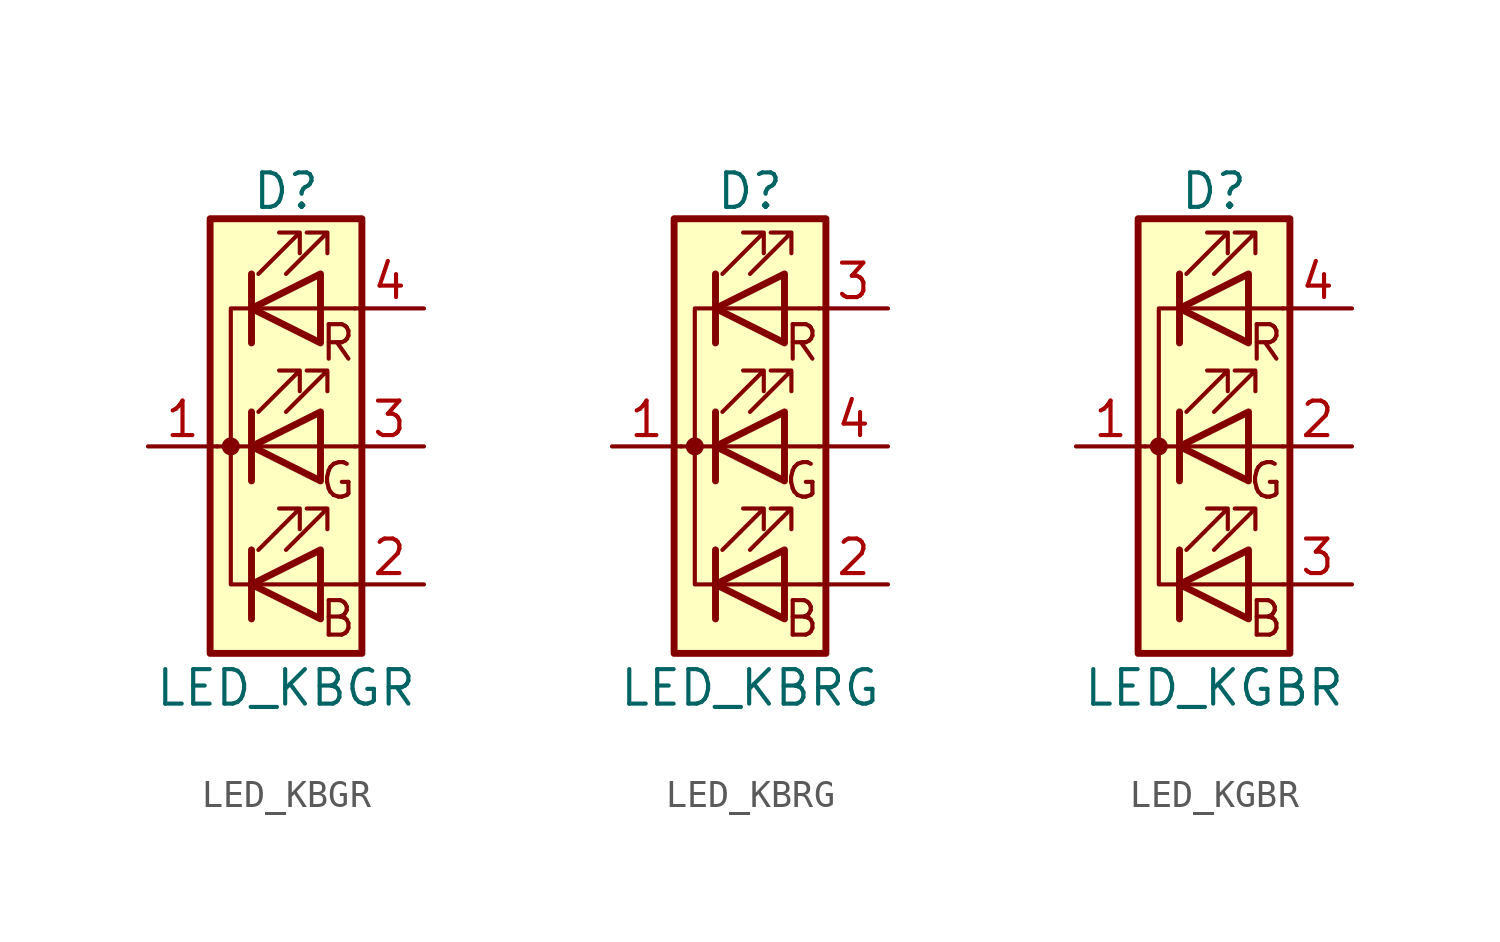
<source format=kicad_sym>
(kicad_symbol_lib
  (version 20201005)
  (generator kicad_symbol_editor)
  (symbol "LED_KBGR"
    (pin_names
      (offset 0) hide)
    (property "Reference" "D"
      (at 0 9.398 0)
      (effects (font (size 1.27 1.27))))
    (property "Value" "LED_KBGR"
      (at 0 -8.89 0)
      (effects (font (size 1.27 1.27))))
    (symbol "LED_KBGR_0_0"
      (text "B" (at 1.905 -6.35 0) (effects (font (size 1.27 1.27))))
      (text "G" (at 1.905 -1.27 0) (effects (font (size 1.27 1.27))))
      (text "R" (at 1.905 3.81 0) (effects (font (size 1.27 1.27)))))
    (symbol "LED_KBGR_0_1"
      (circle (center -2.032 0) (radius 0.254) (stroke (width 0)) (fill (type outline)))
      (rectangle (start 1.27 -1.27) (end 1.27 1.27) (stroke (width 0)) (fill (type none)))
      (rectangle (start 1.27 1.27) (end 1.27 1.27) (stroke (width 0)) (fill (type none)))
      (rectangle (start 1.27 3.81) (end 1.27 6.35) (stroke (width 0)) (fill (type none)))
      (rectangle (start 1.27 6.35) (end 1.27 6.35) (stroke (width 0)) (fill (type none)))
      (rectangle (start 2.794 8.382) (end -2.794 -7.62) (stroke (width 0.254)) (fill (type background)))
      (polyline (pts (xy -1.27 -5.08) (xy 1.27 -5.08)) (stroke (width 0)) (fill (type none)))
      (polyline (pts (xy -1.27 -3.81) (xy -1.27 -6.35)) (stroke (width 0.254)) (fill (type none)))
      (polyline (pts (xy -1.27 0) (xy -2.54 0)) (stroke (width 0)) (fill (type none)))
      (polyline (pts (xy -1.27 1.27) (xy -1.27 -1.27)) (stroke (width 0.254)) (fill (type none)))
      (polyline (pts (xy -1.27 5.08) (xy 1.27 5.08)) (stroke (width 0)) (fill (type none)))
      (polyline (pts (xy -1.27 6.35) (xy -1.27 3.81)) (stroke (width 0.254)) (fill (type none)))
      (polyline (pts (xy 1.27 -5.08) (xy 2.54 -5.08)) (stroke (width 0)) (fill (type none)))
      (polyline (pts (xy 1.27 0) (xy -1.27 0)) (stroke (width 0)) (fill (type none)))
      (polyline (pts (xy 1.27 0) (xy 2.54 0)) (stroke (width 0)) (fill (type none)))
      (polyline (pts (xy 1.27 5.08) (xy 2.54 5.08)) (stroke (width 0)) (fill (type none)))
      (polyline (pts (xy -1.27 1.27) (xy -1.27 -1.27) (xy -1.27 -1.27)) (stroke (width 0)) (fill (type none)))
      (polyline (pts (xy -1.27 6.35) (xy -1.27 3.81) (xy -1.27 3.81)) (stroke (width 0)) (fill (type none)))
      (polyline (pts (xy -1.27 5.08) (xy -2.032 5.08) (xy -2.032 -5.08) (xy -1.016 -5.08)) (stroke (width 0)) (fill (type none)))
      (polyline (pts (xy 1.27 -3.81) (xy 1.27 -6.35) (xy -1.27 -5.08) (xy 1.27 -3.81)) (stroke (width 0.254)) (fill (type none)))
      (polyline (pts (xy 1.27 1.27) (xy 1.27 -1.27) (xy -1.27 0) (xy 1.27 1.27)) (stroke (width 0.254)) (fill (type none)))
      (polyline (pts (xy 1.27 6.35) (xy 1.27 3.81) (xy -1.27 5.08) (xy 1.27 6.35)) (stroke (width 0.254)) (fill (type none)))
      (polyline (pts (xy -1.016 -3.81) (xy 0.508 -2.286) (xy -0.254 -2.286) (xy 0.508 -2.286) (xy 0.508 -3.048)) (stroke (width 0)) (fill (type none)))
      (polyline (pts (xy -1.016 1.27) (xy 0.508 2.794) (xy -0.254 2.794) (xy 0.508 2.794) (xy 0.508 2.032)) (stroke (width 0)) (fill (type none)))
      (polyline (pts (xy -1.016 6.35) (xy 0.508 7.874) (xy -0.254 7.874) (xy 0.508 7.874) (xy 0.508 7.112)) (stroke (width 0)) (fill (type none)))
      (polyline (pts (xy 0 -3.81) (xy 1.524 -2.286) (xy 0.762 -2.286) (xy 1.524 -2.286) (xy 1.524 -3.048)) (stroke (width 0)) (fill (type none)))
      (polyline (pts (xy 0 1.27) (xy 1.524 2.794) (xy 0.762 2.794) (xy 1.524 2.794) (xy 1.524 2.032)) (stroke (width 0)) (fill (type none)))
      (polyline (pts (xy 0 6.35) (xy 1.524 7.874) (xy 0.762 7.874) (xy 1.524 7.874) (xy 1.524 7.112)) (stroke (width 0)) (fill (type none))))
    (symbol "LED_KBGR_1_1"
      (pin passive line (at -5.08 0 0) (length 2.54) (name "K" (effects (font (size 1.27 1.27)))) (number "1" (effects (font (size 1.27 1.27)))))
      (pin passive line (at 5.08 -5.08 180) (length 2.54) (name "BA" (effects (font (size 1.27 1.27)))) (number "2" (effects (font (size 1.27 1.27)))))
      (pin passive line (at 5.08 0 180) (length 2.54) (name "GA" (effects (font (size 1.27 1.27)))) (number "3" (effects (font (size 1.27 1.27)))))
      (pin passive line (at 5.08 5.08 180) (length 2.54) (name "RA" (effects (font (size 1.27 1.27)))) (number "4" (effects (font (size 1.27 1.27)))))))
  (symbol "LED_KBRG"
    (pin_names
      (offset 0) hide)
    (property "Reference" "D"
      (at 0 9.398 0)
      (effects (font (size 1.27 1.27))))
    (property "Value" "LED_KBRG"
      (at 0 -8.89 0)
      (effects (font (size 1.27 1.27))))
    (symbol "LED_KBRG_0_0"
      (text "B" (at 1.905 -6.35 0) (effects (font (size 1.27 1.27))))
      (text "G" (at 1.905 -1.27 0) (effects (font (size 1.27 1.27))))
      (text "R" (at 1.905 3.81 0) (effects (font (size 1.27 1.27)))))
    (symbol "LED_KBRG_0_1"
      (circle (center -2.032 0) (radius 0.254) (stroke (width 0)) (fill (type outline)))
      (rectangle (start 1.27 -1.27) (end 1.27 1.27) (stroke (width 0)) (fill (type none)))
      (rectangle (start 1.27 1.27) (end 1.27 1.27) (stroke (width 0)) (fill (type none)))
      (rectangle (start 1.27 3.81) (end 1.27 6.35) (stroke (width 0)) (fill (type none)))
      (rectangle (start 1.27 6.35) (end 1.27 6.35) (stroke (width 0)) (fill (type none)))
      (rectangle (start 2.794 8.382) (end -2.794 -7.62) (stroke (width 0.254)) (fill (type background)))
      (polyline (pts (xy -1.27 -5.08) (xy 1.27 -5.08)) (stroke (width 0)) (fill (type none)))
      (polyline (pts (xy -1.27 -3.81) (xy -1.27 -6.35)) (stroke (width 0.254)) (fill (type none)))
      (polyline (pts (xy -1.27 0) (xy -2.54 0)) (stroke (width 0)) (fill (type none)))
      (polyline (pts (xy -1.27 1.27) (xy -1.27 -1.27)) (stroke (width 0.254)) (fill (type none)))
      (polyline (pts (xy -1.27 5.08) (xy 1.27 5.08)) (stroke (width 0)) (fill (type none)))
      (polyline (pts (xy -1.27 6.35) (xy -1.27 3.81)) (stroke (width 0.254)) (fill (type none)))
      (polyline (pts (xy 1.27 -5.08) (xy 2.54 -5.08)) (stroke (width 0)) (fill (type none)))
      (polyline (pts (xy 1.27 0) (xy -1.27 0)) (stroke (width 0)) (fill (type none)))
      (polyline (pts (xy 1.27 0) (xy 2.54 0)) (stroke (width 0)) (fill (type none)))
      (polyline (pts (xy 1.27 5.08) (xy 2.54 5.08)) (stroke (width 0)) (fill (type none)))
      (polyline (pts (xy -1.27 1.27) (xy -1.27 -1.27) (xy -1.27 -1.27)) (stroke (width 0)) (fill (type none)))
      (polyline (pts (xy -1.27 6.35) (xy -1.27 3.81) (xy -1.27 3.81)) (stroke (width 0)) (fill (type none)))
      (polyline (pts (xy -1.27 5.08) (xy -2.032 5.08) (xy -2.032 -5.08) (xy -1.016 -5.08)) (stroke (width 0)) (fill (type none)))
      (polyline (pts (xy 1.27 -3.81) (xy 1.27 -6.35) (xy -1.27 -5.08) (xy 1.27 -3.81)) (stroke (width 0.254)) (fill (type none)))
      (polyline (pts (xy 1.27 1.27) (xy 1.27 -1.27) (xy -1.27 0) (xy 1.27 1.27)) (stroke (width 0.254)) (fill (type none)))
      (polyline (pts (xy 1.27 6.35) (xy 1.27 3.81) (xy -1.27 5.08) (xy 1.27 6.35)) (stroke (width 0.254)) (fill (type none)))
      (polyline (pts (xy -1.016 -3.81) (xy 0.508 -2.286) (xy -0.254 -2.286) (xy 0.508 -2.286) (xy 0.508 -3.048)) (stroke (width 0)) (fill (type none)))
      (polyline (pts (xy -1.016 1.27) (xy 0.508 2.794) (xy -0.254 2.794) (xy 0.508 2.794) (xy 0.508 2.032)) (stroke (width 0)) (fill (type none)))
      (polyline (pts (xy -1.016 6.35) (xy 0.508 7.874) (xy -0.254 7.874) (xy 0.508 7.874) (xy 0.508 7.112)) (stroke (width 0)) (fill (type none)))
      (polyline (pts (xy 0 -3.81) (xy 1.524 -2.286) (xy 0.762 -2.286) (xy 1.524 -2.286) (xy 1.524 -3.048)) (stroke (width 0)) (fill (type none)))
      (polyline (pts (xy 0 1.27) (xy 1.524 2.794) (xy 0.762 2.794) (xy 1.524 2.794) (xy 1.524 2.032)) (stroke (width 0)) (fill (type none)))
      (polyline (pts (xy 0 6.35) (xy 1.524 7.874) (xy 0.762 7.874) (xy 1.524 7.874) (xy 1.524 7.112)) (stroke (width 0)) (fill (type none))))
    (symbol "LED_KBRG_1_1"
      (pin passive line (at -5.08 0 0) (length 2.54) (name "K" (effects (font (size 1.27 1.27)))) (number "1" (effects (font (size 1.27 1.27)))))
      (pin passive line (at 5.08 -5.08 180) (length 2.54) (name "BA" (effects (font (size 1.27 1.27)))) (number "2" (effects (font (size 1.27 1.27)))))
      (pin passive line (at 5.08 5.08 180) (length 2.54) (name "RA" (effects (font (size 1.27 1.27)))) (number "3" (effects (font (size 1.27 1.27)))))
      (pin passive line (at 5.08 0 180) (length 2.54) (name "GA" (effects (font (size 1.27 1.27)))) (number "4" (effects (font (size 1.27 1.27)))))))
  (symbol "LED_KGBR"
    (pin_names
      (offset 0) hide)
    (property "Reference" "D"
      (at 0 9.398 0)
      (effects (font (size 1.27 1.27))))
    (property "Value" "LED_KGBR"
      (at 0 -8.89 0)
      (effects (font (size 1.27 1.27))))
    (symbol "LED_KGBR_0_0"
      (text "B" (at 1.905 -6.35 0) (effects (font (size 1.27 1.27))))
      (text "G" (at 1.905 -1.27 0) (effects (font (size 1.27 1.27))))
      (text "R" (at 1.905 3.81 0) (effects (font (size 1.27 1.27)))))
    (symbol "LED_KGBR_0_1"
      (circle (center -2.032 0) (radius 0.254) (stroke (width 0)) (fill (type outline)))
      (rectangle (start 1.27 -1.27) (end 1.27 1.27) (stroke (width 0)) (fill (type none)))
      (rectangle (start 1.27 1.27) (end 1.27 1.27) (stroke (width 0)) (fill (type none)))
      (rectangle (start 1.27 3.81) (end 1.27 6.35) (stroke (width 0)) (fill (type none)))
      (rectangle (start 1.27 6.35) (end 1.27 6.35) (stroke (width 0)) (fill (type none)))
      (rectangle (start 2.794 8.382) (end -2.794 -7.62) (stroke (width 0.254)) (fill (type background)))
      (polyline (pts (xy -1.27 -5.08) (xy 1.27 -5.08)) (stroke (width 0)) (fill (type none)))
      (polyline (pts (xy -1.27 -3.81) (xy -1.27 -6.35)) (stroke (width 0.254)) (fill (type none)))
      (polyline (pts (xy -1.27 0) (xy -2.54 0)) (stroke (width 0)) (fill (type none)))
      (polyline (pts (xy -1.27 1.27) (xy -1.27 -1.27)) (stroke (width 0.254)) (fill (type none)))
      (polyline (pts (xy -1.27 5.08) (xy 1.27 5.08)) (stroke (width 0)) (fill (type none)))
      (polyline (pts (xy -1.27 6.35) (xy -1.27 3.81)) (stroke (width 0.254)) (fill (type none)))
      (polyline (pts (xy 1.27 -5.08) (xy 2.54 -5.08)) (stroke (width 0)) (fill (type none)))
      (polyline (pts (xy 1.27 0) (xy -1.27 0)) (stroke (width 0)) (fill (type none)))
      (polyline (pts (xy 1.27 0) (xy 2.54 0)) (stroke (width 0)) (fill (type none)))
      (polyline (pts (xy 1.27 5.08) (xy 2.54 5.08)) (stroke (width 0)) (fill (type none)))
      (polyline (pts (xy -1.27 1.27) (xy -1.27 -1.27) (xy -1.27 -1.27)) (stroke (width 0)) (fill (type none)))
      (polyline (pts (xy -1.27 6.35) (xy -1.27 3.81) (xy -1.27 3.81)) (stroke (width 0)) (fill (type none)))
      (polyline (pts (xy -1.27 5.08) (xy -2.032 5.08) (xy -2.032 -5.08) (xy -1.016 -5.08)) (stroke (width 0)) (fill (type none)))
      (polyline (pts (xy 1.27 -3.81) (xy 1.27 -6.35) (xy -1.27 -5.08) (xy 1.27 -3.81)) (stroke (width 0.254)) (fill (type none)))
      (polyline (pts (xy 1.27 1.27) (xy 1.27 -1.27) (xy -1.27 0) (xy 1.27 1.27)) (stroke (width 0.254)) (fill (type none)))
      (polyline (pts (xy 1.27 6.35) (xy 1.27 3.81) (xy -1.27 5.08) (xy 1.27 6.35)) (stroke (width 0.254)) (fill (type none)))
      (polyline (pts (xy -1.016 -3.81) (xy 0.508 -2.286) (xy -0.254 -2.286) (xy 0.508 -2.286) (xy 0.508 -3.048)) (stroke (width 0)) (fill (type none)))
      (polyline (pts (xy -1.016 1.27) (xy 0.508 2.794) (xy -0.254 2.794) (xy 0.508 2.794) (xy 0.508 2.032)) (stroke (width 0)) (fill (type none)))
      (polyline (pts (xy -1.016 6.35) (xy 0.508 7.874) (xy -0.254 7.874) (xy 0.508 7.874) (xy 0.508 7.112)) (stroke (width 0)) (fill (type none)))
      (polyline (pts (xy 0 -3.81) (xy 1.524 -2.286) (xy 0.762 -2.286) (xy 1.524 -2.286) (xy 1.524 -3.048)) (stroke (width 0)) (fill (type none)))
      (polyline (pts (xy 0 1.27) (xy 1.524 2.794) (xy 0.762 2.794) (xy 1.524 2.794) (xy 1.524 2.032)) (stroke (width 0)) (fill (type none)))
      (polyline (pts (xy 0 6.35) (xy 1.524 7.874) (xy 0.762 7.874) (xy 1.524 7.874) (xy 1.524 7.112)) (stroke (width 0)) (fill (type none))))
    (symbol "LED_KGBR_1_1"
      (pin passive line (at -5.08 0 0) (length 2.54) (name "K" (effects (font (size 1.27 1.27)))) (number "1" (effects (font (size 1.27 1.27)))))
      (pin passive line (at 5.08 0 180) (length 2.54) (name "GA" (effects (font (size 1.27 1.27)))) (number "2" (effects (font (size 1.27 1.27)))))
      (pin passive line (at 5.08 -5.08 180) (length 2.54) (name "BA" (effects (font (size 1.27 1.27)))) (number "3" (effects (font (size 1.27 1.27)))))
      (pin passive line (at 5.08 5.08 180) (length 2.54) (name "RA" (effects (font (size 1.27 1.27)))) (number "4" (effects (font (size 1.27 1.27))))))))
</source>
